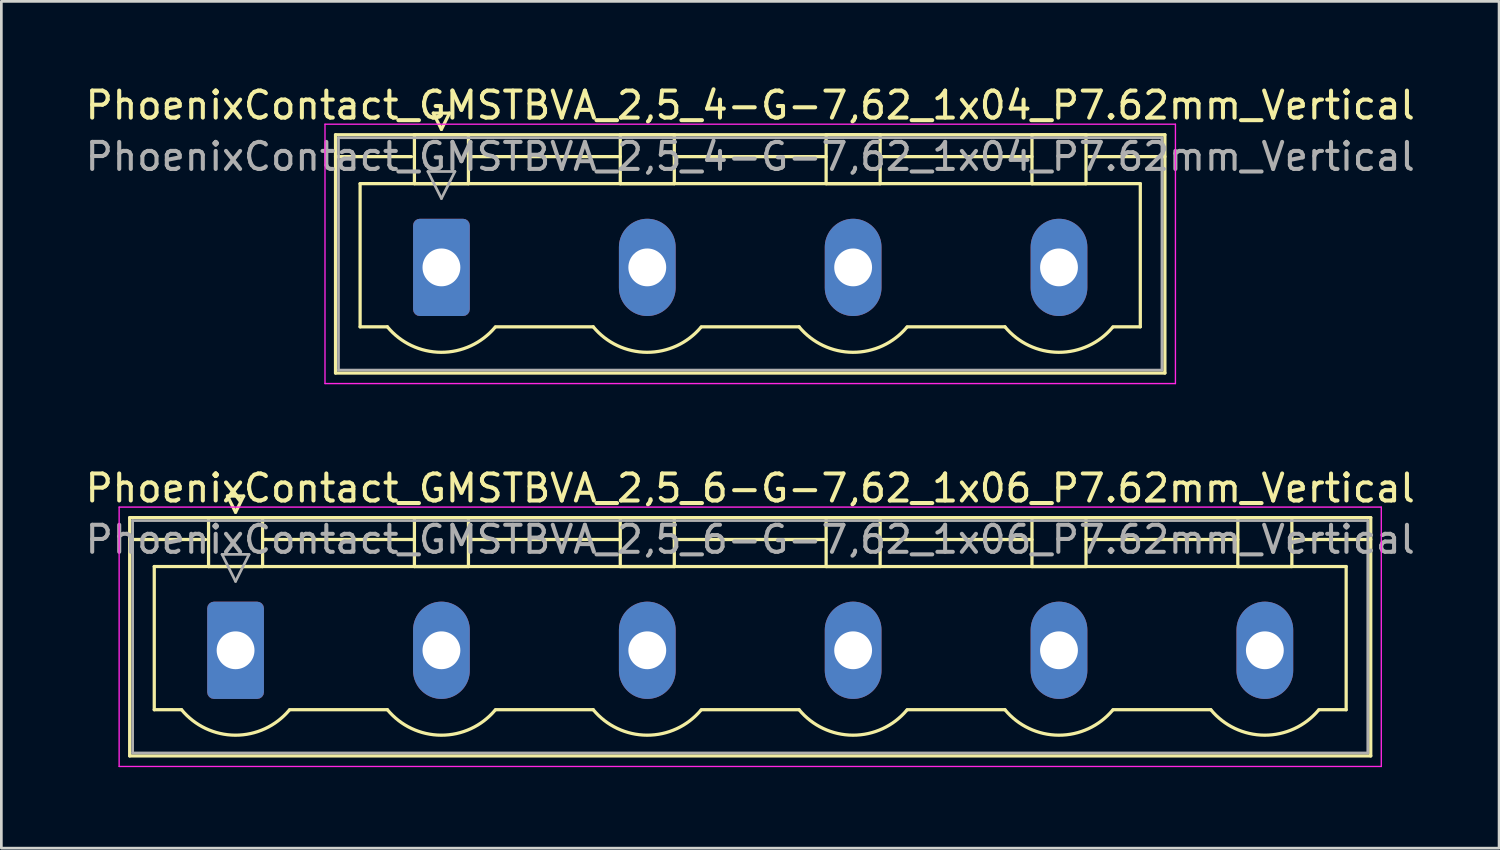
<source format=kicad_pcb>
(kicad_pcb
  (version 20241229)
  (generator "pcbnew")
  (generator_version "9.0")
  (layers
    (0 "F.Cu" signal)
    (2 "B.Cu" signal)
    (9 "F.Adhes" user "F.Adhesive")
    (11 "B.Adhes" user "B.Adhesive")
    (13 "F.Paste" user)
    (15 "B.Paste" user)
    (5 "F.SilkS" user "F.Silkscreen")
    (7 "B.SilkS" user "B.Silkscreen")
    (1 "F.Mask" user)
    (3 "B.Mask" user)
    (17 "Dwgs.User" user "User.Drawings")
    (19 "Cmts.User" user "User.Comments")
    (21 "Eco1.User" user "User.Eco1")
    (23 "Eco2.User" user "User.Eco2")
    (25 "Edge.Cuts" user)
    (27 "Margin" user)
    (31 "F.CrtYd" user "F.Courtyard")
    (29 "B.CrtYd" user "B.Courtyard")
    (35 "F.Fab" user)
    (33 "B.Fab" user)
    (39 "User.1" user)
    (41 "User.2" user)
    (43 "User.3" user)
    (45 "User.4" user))
  (footprint "PhoenixContact_GMSTBVA_2,5_6-G-7,62_1x06_P7.62mm_Vertical"
    (layer "F.Cu")
    (at 5.67 21.021)
    (property "Reference" "PhoenixContact_GMSTBVA_2,5_6-G-7,62_1x06_P7.62mm_Vertical" (at 19.05 -6 0) (layer "F.SilkS") (effects (font (size 1 1) (thickness 0.15))))
    (attr through_hole)
    (fp_line (start -3.92 -4.91) (end -3.92 3.91) (stroke (width 0.12) (type solid)) (layer "F.SilkS"))
    (fp_line (start -3.92 -4.1) (end -1.11 -4.1) (stroke (width 0.12) (type solid)) (layer "F.SilkS"))
    (fp_line (start -3.92 3.91) (end 42.02 3.91) (stroke (width 0.12) (type solid)) (layer "F.SilkS"))
    (fp_line (start -3.01 -3.1) (end 41.11 -3.1) (stroke (width 0.12) (type solid)) (layer "F.SilkS"))
    (fp_line (start -3.01 2.2) (end -3.01 -3.1) (stroke (width 0.12) (type solid)) (layer "F.SilkS"))
    (fp_line (start -2 2.2) (end -3.01 2.2) (stroke (width 0.12) (type solid)) (layer "F.SilkS"))
    (fp_line (start -1 -4.91) (end 1 -4.91) (stroke (width 0.12) (type solid)) (layer "F.SilkS"))
    (fp_line (start -1 -3.1) (end -1 -4.91) (stroke (width 0.12) (type solid)) (layer "F.SilkS"))
    (fp_line (start -0.3 -5.71) (end 0.3 -5.71) (stroke (width 0.12) (type solid)) (layer "F.SilkS"))
    (fp_line (start 0 -5.11) (end -0.3 -5.71) (stroke (width 0.12) (type solid)) (layer "F.SilkS"))
    (fp_line (start 0.3 -5.71) (end 0 -5.11) (stroke (width 0.12) (type solid)) (layer "F.SilkS"))
    (fp_line (start 1 -4.91) (end 1 -3.1) (stroke (width 0.12) (type solid)) (layer "F.SilkS"))
    (fp_line (start 1 -4.1) (end 6.62 -4.1) (stroke (width 0.12) (type solid)) (layer "F.SilkS"))
    (fp_line (start 1 -3.1) (end -1 -3.1) (stroke (width 0.12) (type solid)) (layer "F.SilkS"))
    (fp_line (start 2 2.2) (end 5.62 2.2) (stroke (width 0.12) (type solid)) (layer "F.SilkS"))
    (fp_line (start 6.62 -4.91) (end 8.62 -4.91) (stroke (width 0.12) (type solid)) (layer "F.SilkS"))
    (fp_line (start 6.62 -3.1) (end 6.62 -4.91) (stroke (width 0.12) (type solid)) (layer "F.SilkS"))
    (fp_line (start 8.62 -4.91) (end 8.62 -3.1) (stroke (width 0.12) (type solid)) (layer "F.SilkS"))
    (fp_line (start 8.62 -4.1) (end 14.24 -4.1) (stroke (width 0.12) (type solid)) (layer "F.SilkS"))
    (fp_line (start 8.62 -3.1) (end 6.62 -3.1) (stroke (width 0.12) (type solid)) (layer "F.SilkS"))
    (fp_line (start 9.62 2.2) (end 13.24 2.2) (stroke (width 0.12) (type solid)) (layer "F.SilkS"))
    (fp_line (start 14.24 -4.91) (end 16.24 -4.91) (stroke (width 0.12) (type solid)) (layer "F.SilkS"))
    (fp_line (start 14.24 -3.1) (end 14.24 -4.91) (stroke (width 0.12) (type solid)) (layer "F.SilkS"))
    (fp_line (start 16.24 -4.91) (end 16.24 -3.1) (stroke (width 0.12) (type solid)) (layer "F.SilkS"))
    (fp_line (start 16.24 -4.1) (end 21.86 -4.1) (stroke (width 0.12) (type solid)) (layer "F.SilkS"))
    (fp_line (start 16.24 -3.1) (end 14.24 -3.1) (stroke (width 0.12) (type solid)) (layer "F.SilkS"))
    (fp_line (start 17.24 2.2) (end 20.86 2.2) (stroke (width 0.12) (type solid)) (layer "F.SilkS"))
    (fp_line (start 21.86 -4.91) (end 23.86 -4.91) (stroke (width 0.12) (type solid)) (layer "F.SilkS"))
    (fp_line (start 21.86 -3.1) (end 21.86 -4.91) (stroke (width 0.12) (type solid)) (layer "F.SilkS"))
    (fp_line (start 23.86 -4.91) (end 23.86 -3.1) (stroke (width 0.12) (type solid)) (layer "F.SilkS"))
    (fp_line (start 23.86 -4.1) (end 29.48 -4.1) (stroke (width 0.12) (type solid)) (layer "F.SilkS"))
    (fp_line (start 23.86 -3.1) (end 21.86 -3.1) (stroke (width 0.12) (type solid)) (layer "F.SilkS"))
    (fp_line (start 24.86 2.2) (end 28.48 2.2) (stroke (width 0.12) (type solid)) (layer "F.SilkS"))
    (fp_line (start 29.48 -4.91) (end 31.48 -4.91) (stroke (width 0.12) (type solid)) (layer "F.SilkS"))
    (fp_line (start 29.48 -3.1) (end 29.48 -4.91) (stroke (width 0.12) (type solid)) (layer "F.SilkS"))
    (fp_line (start 31.48 -4.91) (end 31.48 -3.1) (stroke (width 0.12) (type solid)) (layer "F.SilkS"))
    (fp_line (start 31.48 -4.1) (end 37.1 -4.1) (stroke (width 0.12) (type solid)) (layer "F.SilkS"))
    (fp_line (start 31.48 -3.1) (end 29.48 -3.1) (stroke (width 0.12) (type solid)) (layer "F.SilkS"))
    (fp_line (start 32.48 2.2) (end 36.1 2.2) (stroke (width 0.12) (type solid)) (layer "F.SilkS"))
    (fp_line (start 37.1 -4.91) (end 39.1 -4.91) (stroke (width 0.12) (type solid)) (layer "F.SilkS"))
    (fp_line (start 37.1 -3.1) (end 37.1 -4.91) (stroke (width 0.12) (type solid)) (layer "F.SilkS"))
    (fp_line (start 39.1 -4.91) (end 39.1 -3.1) (stroke (width 0.12) (type solid)) (layer "F.SilkS"))
    (fp_line (start 39.1 -3.1) (end 37.1 -3.1) (stroke (width 0.12) (type solid)) (layer "F.SilkS"))
    (fp_line (start 41.11 -3.1) (end 41.11 2.2) (stroke (width 0.12) (type solid)) (layer "F.SilkS"))
    (fp_line (start 41.11 2.2) (end 40.1 2.2) (stroke (width 0.12) (type solid)) (layer "F.SilkS"))
    (fp_line (start 42.02 -4.91) (end -3.92 -4.91) (stroke (width 0.12) (type solid)) (layer "F.SilkS"))
    (fp_line (start 42.02 -4.1) (end 39.21 -4.1) (stroke (width 0.12) (type solid)) (layer "F.SilkS"))
    (fp_line (start 42.02 3.91) (end 42.02 -4.91) (stroke (width 0.12) (type solid)) (layer "F.SilkS"))
    (fp_arc (start 1.986842 2.215821) (mid -0.010289 3.142758) (end -2 2.2) (stroke (width 0.12) (type solid)) (layer "F.SilkS"))
    (fp_arc (start 9.606842 2.215821) (mid 7.609711 3.142758) (end 5.62 2.2) (stroke (width 0.12) (type solid)) (layer "F.SilkS"))
    (fp_arc (start 17.226842 2.215821) (mid 15.229711 3.142758) (end 13.24 2.2) (stroke (width 0.12) (type solid)) (layer "F.SilkS"))
    (fp_arc (start 24.846842 2.215821) (mid 22.849711 3.142758) (end 20.86 2.2) (stroke (width 0.12) (type solid)) (layer "F.SilkS"))
    (fp_arc (start 32.466842 2.215821) (mid 30.469711 3.142758) (end 28.48 2.2) (stroke (width 0.12) (type solid)) (layer "F.SilkS"))
    (fp_arc (start 40.086842 2.215821) (mid 38.089711 3.142758) (end 36.1 2.2) (stroke (width 0.12) (type solid)) (layer "F.SilkS"))
    (fp_line (start -4.31 -5.3) (end -4.31 4.3) (stroke (width 0.05) (type solid)) (layer "F.CrtYd"))
    (fp_line (start -4.31 4.3) (end 42.41 4.3) (stroke (width 0.05) (type solid)) (layer "F.CrtYd"))
    (fp_line (start 42.41 -5.3) (end -4.31 -5.3) (stroke (width 0.05) (type solid)) (layer "F.CrtYd"))
    (fp_line (start 42.41 4.3) (end 42.41 -5.3) (stroke (width 0.05) (type solid)) (layer "F.CrtYd"))
    (fp_line (start -3.81 -4.8) (end -3.81 3.8) (stroke (width 0.1) (type solid)) (layer "F.Fab"))
    (fp_line (start -3.81 3.8) (end 41.91 3.8) (stroke (width 0.1) (type solid)) (layer "F.Fab"))
    (fp_line (start -0.5 -3.55) (end 0.5 -3.55) (stroke (width 0.1) (type solid)) (layer "F.Fab"))
    (fp_line (start 0 -2.55) (end -0.5 -3.55) (stroke (width 0.1) (type solid)) (layer "F.Fab"))
    (fp_line (start 0.5 -3.55) (end 0 -2.55) (stroke (width 0.1) (type solid)) (layer "F.Fab"))
    (fp_line (start 41.91 -4.8) (end -3.81 -4.8) (stroke (width 0.1) (type solid)) (layer "F.Fab"))
    (fp_line (start 41.91 3.8) (end 41.91 -4.8) (stroke (width 0.1) (type solid)) (layer "F.Fab"))
    (fp_text user "${REFERENCE}" (at 19.05 -4.1 0) (layer "F.Fab") (effects (font (size 1 1) (thickness 0.15))))
    (pad "1" thru_hole roundrect (at 0 0) (size 2.1 3.6) (drill 1.4) (layers "*.Cu" "*.Mask") (roundrect_rratio 0.119))
    (pad "2" thru_hole oval (at 7.62 0) (size 2.1 3.6) (drill 1.4) (layers "*.Cu" "*.Mask"))
    (pad "3" thru_hole oval (at 15.24 0) (size 2.1 3.6) (drill 1.4) (layers "*.Cu" "*.Mask"))
    (pad "4" thru_hole oval (at 22.86 0) (size 2.1 3.6) (drill 1.4) (layers "*.Cu" "*.Mask"))
    (pad "5" thru_hole oval (at 30.48 0) (size 2.1 3.6) (drill 1.4) (layers "*.Cu" "*.Mask"))
    (pad "6" thru_hole oval (at 38.1 0) (size 2.1 3.6) (drill 1.4) (layers "*.Cu" "*.Mask")))
  (footprint "PhoenixContact_GMSTBVA_2,5_4-G-7,62_1x04_P7.62mm_Vertical"
    (layer "F.Cu")
    (at 13.29 6.848)
    (property "Reference" "PhoenixContact_GMSTBVA_2,5_4-G-7,62_1x04_P7.62mm_Vertical" (at 11.43 -6 0) (layer "F.SilkS") (effects (font (size 1 1) (thickness 0.15))))
    (attr through_hole)
    (fp_line (start -3.92 -4.91) (end -3.92 3.91) (stroke (width 0.12) (type solid)) (layer "F.SilkS"))
    (fp_line (start -3.92 -4.1) (end -1.11 -4.1) (stroke (width 0.12) (type solid)) (layer "F.SilkS"))
    (fp_line (start -3.92 3.91) (end 26.78 3.91) (stroke (width 0.12) (type solid)) (layer "F.SilkS"))
    (fp_line (start -3.01 -3.1) (end 25.87 -3.1) (stroke (width 0.12) (type solid)) (layer "F.SilkS"))
    (fp_line (start -3.01 2.2) (end -3.01 -3.1) (stroke (width 0.12) (type solid)) (layer "F.SilkS"))
    (fp_line (start -2 2.2) (end -3.01 2.2) (stroke (width 0.12) (type solid)) (layer "F.SilkS"))
    (fp_line (start -1 -4.91) (end 1 -4.91) (stroke (width 0.12) (type solid)) (layer "F.SilkS"))
    (fp_line (start -1 -3.1) (end -1 -4.91) (stroke (width 0.12) (type solid)) (layer "F.SilkS"))
    (fp_line (start -0.3 -5.71) (end 0.3 -5.71) (stroke (width 0.12) (type solid)) (layer "F.SilkS"))
    (fp_line (start 0 -5.11) (end -0.3 -5.71) (stroke (width 0.12) (type solid)) (layer "F.SilkS"))
    (fp_line (start 0.3 -5.71) (end 0 -5.11) (stroke (width 0.12) (type solid)) (layer "F.SilkS"))
    (fp_line (start 1 -4.91) (end 1 -3.1) (stroke (width 0.12) (type solid)) (layer "F.SilkS"))
    (fp_line (start 1 -4.1) (end 6.62 -4.1) (stroke (width 0.12) (type solid)) (layer "F.SilkS"))
    (fp_line (start 1 -3.1) (end -1 -3.1) (stroke (width 0.12) (type solid)) (layer "F.SilkS"))
    (fp_line (start 2 2.2) (end 5.62 2.2) (stroke (width 0.12) (type solid)) (layer "F.SilkS"))
    (fp_line (start 6.62 -4.91) (end 8.62 -4.91) (stroke (width 0.12) (type solid)) (layer "F.SilkS"))
    (fp_line (start 6.62 -3.1) (end 6.62 -4.91) (stroke (width 0.12) (type solid)) (layer "F.SilkS"))
    (fp_line (start 8.62 -4.91) (end 8.62 -3.1) (stroke (width 0.12) (type solid)) (layer "F.SilkS"))
    (fp_line (start 8.62 -4.1) (end 14.24 -4.1) (stroke (width 0.12) (type solid)) (layer "F.SilkS"))
    (fp_line (start 8.62 -3.1) (end 6.62 -3.1) (stroke (width 0.12) (type solid)) (layer "F.SilkS"))
    (fp_line (start 9.62 2.2) (end 13.24 2.2) (stroke (width 0.12) (type solid)) (layer "F.SilkS"))
    (fp_line (start 14.24 -4.91) (end 16.24 -4.91) (stroke (width 0.12) (type solid)) (layer "F.SilkS"))
    (fp_line (start 14.24 -3.1) (end 14.24 -4.91) (stroke (width 0.12) (type solid)) (layer "F.SilkS"))
    (fp_line (start 16.24 -4.91) (end 16.24 -3.1) (stroke (width 0.12) (type solid)) (layer "F.SilkS"))
    (fp_line (start 16.24 -4.1) (end 21.86 -4.1) (stroke (width 0.12) (type solid)) (layer "F.SilkS"))
    (fp_line (start 16.24 -3.1) (end 14.24 -3.1) (stroke (width 0.12) (type solid)) (layer "F.SilkS"))
    (fp_line (start 17.24 2.2) (end 20.86 2.2) (stroke (width 0.12) (type solid)) (layer "F.SilkS"))
    (fp_line (start 21.86 -4.91) (end 23.86 -4.91) (stroke (width 0.12) (type solid)) (layer "F.SilkS"))
    (fp_line (start 21.86 -3.1) (end 21.86 -4.91) (stroke (width 0.12) (type solid)) (layer "F.SilkS"))
    (fp_line (start 23.86 -4.91) (end 23.86 -3.1) (stroke (width 0.12) (type solid)) (layer "F.SilkS"))
    (fp_line (start 23.86 -3.1) (end 21.86 -3.1) (stroke (width 0.12) (type solid)) (layer "F.SilkS"))
    (fp_line (start 25.87 -3.1) (end 25.87 2.2) (stroke (width 0.12) (type solid)) (layer "F.SilkS"))
    (fp_line (start 25.87 2.2) (end 24.86 2.2) (stroke (width 0.12) (type solid)) (layer "F.SilkS"))
    (fp_line (start 26.78 -4.91) (end -3.92 -4.91) (stroke (width 0.12) (type solid)) (layer "F.SilkS"))
    (fp_line (start 26.78 -4.1) (end 23.97 -4.1) (stroke (width 0.12) (type solid)) (layer "F.SilkS"))
    (fp_line (start 26.78 3.91) (end 26.78 -4.91) (stroke (width 0.12) (type solid)) (layer "F.SilkS"))
    (fp_arc (start 1.986842 2.215821) (mid -0.010289 3.142758) (end -2 2.2) (stroke (width 0.12) (type solid)) (layer "F.SilkS"))
    (fp_arc (start 9.606842 2.215821) (mid 7.609711 3.142758) (end 5.62 2.2) (stroke (width 0.12) (type solid)) (layer "F.SilkS"))
    (fp_arc (start 17.226842 2.215821) (mid 15.229711 3.142758) (end 13.24 2.2) (stroke (width 0.12) (type solid)) (layer "F.SilkS"))
    (fp_arc (start 24.846842 2.215821) (mid 22.849711 3.142758) (end 20.86 2.2) (stroke (width 0.12) (type solid)) (layer "F.SilkS"))
    (fp_line (start -4.31 -5.3) (end -4.31 4.3) (stroke (width 0.05) (type solid)) (layer "F.CrtYd"))
    (fp_line (start -4.31 4.3) (end 27.17 4.3) (stroke (width 0.05) (type solid)) (layer "F.CrtYd"))
    (fp_line (start 27.17 -5.3) (end -4.31 -5.3) (stroke (width 0.05) (type solid)) (layer "F.CrtYd"))
    (fp_line (start 27.17 4.3) (end 27.17 -5.3) (stroke (width 0.05) (type solid)) (layer "F.CrtYd"))
    (fp_line (start -3.81 -4.8) (end -3.81 3.8) (stroke (width 0.1) (type solid)) (layer "F.Fab"))
    (fp_line (start -3.81 3.8) (end 26.67 3.8) (stroke (width 0.1) (type solid)) (layer "F.Fab"))
    (fp_line (start -0.5 -3.55) (end 0.5 -3.55) (stroke (width 0.1) (type solid)) (layer "F.Fab"))
    (fp_line (start 0 -2.55) (end -0.5 -3.55) (stroke (width 0.1) (type solid)) (layer "F.Fab"))
    (fp_line (start 0.5 -3.55) (end 0 -2.55) (stroke (width 0.1) (type solid)) (layer "F.Fab"))
    (fp_line (start 26.67 -4.8) (end -3.81 -4.8) (stroke (width 0.1) (type solid)) (layer "F.Fab"))
    (fp_line (start 26.67 3.8) (end 26.67 -4.8) (stroke (width 0.1) (type solid)) (layer "F.Fab"))
    (fp_text user "${REFERENCE}" (at 11.43 -4.1 0) (layer "F.Fab") (effects (font (size 1 1) (thickness 0.15))))
    (pad "1" thru_hole roundrect (at 0 0) (size 2.1 3.6) (drill 1.4) (layers "*.Cu" "*.Mask") (roundrect_rratio 0.119))
    (pad "2" thru_hole oval (at 7.62 0) (size 2.1 3.6) (drill 1.4) (layers "*.Cu" "*.Mask"))
    (pad "3" thru_hole oval (at 15.24 0) (size 2.1 3.6) (drill 1.4) (layers "*.Cu" "*.Mask"))
    (pad "4" thru_hole oval (at 22.86 0) (size 2.1 3.6) (drill 1.4) (layers "*.Cu" "*.Mask")))
  (gr_rect
    (start -3 -3)
    (end 52.44 28.346)
    (stroke (width 0.1) (type default))
    (fill no)
    (layer "Edge.Cuts")))
</source>
